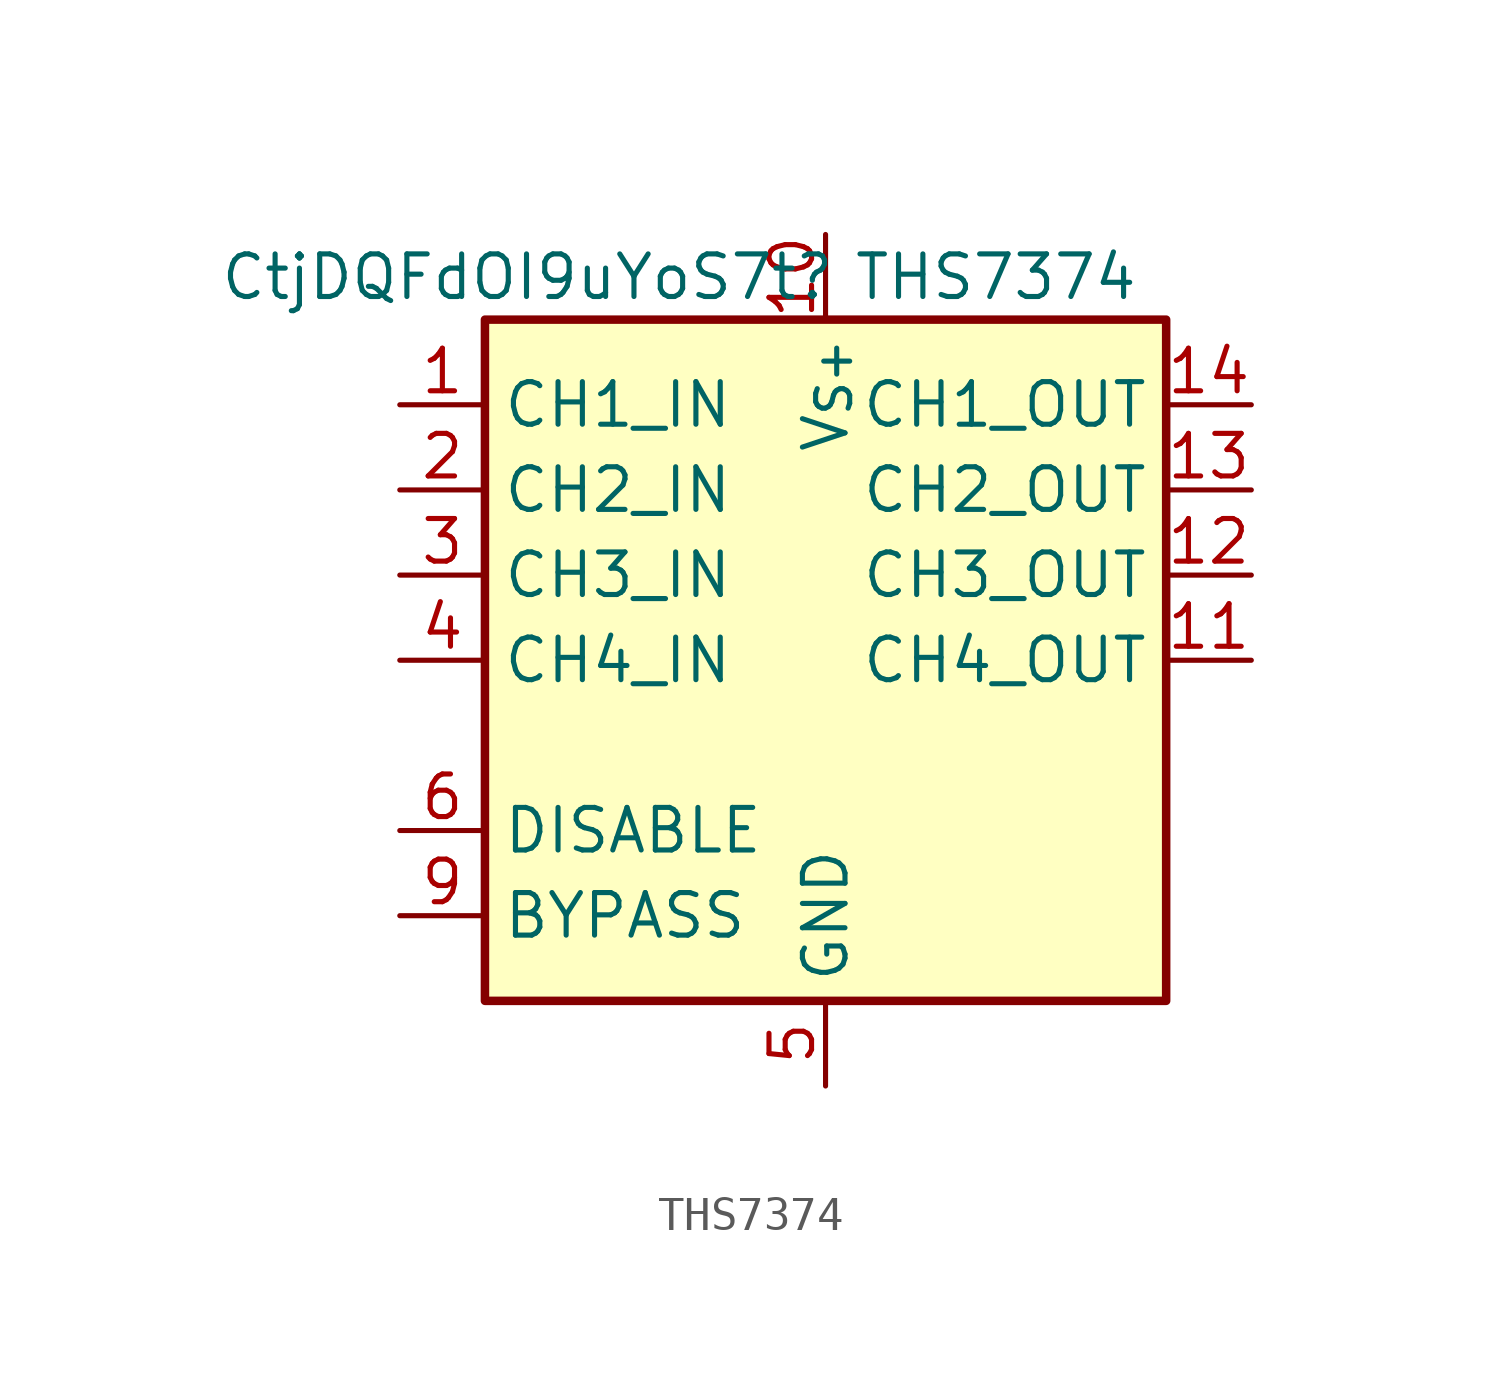
<source format=kicad_sym>
(kicad_symbol_lib
  (version 20220914)
  (generator kicad_symbol_editor)
  (symbol "THS7374"
    (property "Reference" "CtjDQFdOI9uYoS7t"
      (at -8.89 11.43 0)
      (effects (font (size 1.27 1.27))))
    (property "Value" "THS7374"
      (at 5.08 11.43 0)
      (effects (font (size 1.27 1.27))))
    (symbol "THS7374_0_1"
      (rectangle (start -10.16 10.16) (end 10.16 -10.16) (stroke (width 0.254) (type default)) (fill (type background))))
    (symbol "THS7374_1_1"
      (pin input line (at -12.7 7.62 0) (length 2.54) (name "CH1_IN" (effects (font (size 1.27 1.27)))) (number "1" (effects (font (size 1.27 1.27)))))
      (pin power_in line (at 0 12.7 270) (length 2.54) (name "V_{S+}" (effects (font (size 1.27 1.27)))) (number "10" (effects (font (size 1.27 1.27)))))
      (pin output line (at 12.7 0 180) (length 2.54) (name "CH4_OUT" (effects (font (size 1.27 1.27)))) (number "11" (effects (font (size 1.27 1.27)))))
      (pin output line (at 12.7 2.54 180) (length 2.54) (name "CH3_OUT" (effects (font (size 1.27 1.27)))) (number "12" (effects (font (size 1.27 1.27)))))
      (pin output line (at 12.7 5.08 180) (length 2.54) (name "CH2_OUT" (effects (font (size 1.27 1.27)))) (number "13" (effects (font (size 1.27 1.27)))))
      (pin output line (at 12.7 7.62 180) (length 2.54) (name "CH1_OUT" (effects (font (size 1.27 1.27)))) (number "14" (effects (font (size 1.27 1.27)))))
      (pin input line (at -12.7 5.08 0) (length 2.54) (name "CH2_IN" (effects (font (size 1.27 1.27)))) (number "2" (effects (font (size 1.27 1.27)))))
      (pin input line (at -12.7 2.54 0) (length 2.54) (name "CH3_IN" (effects (font (size 1.27 1.27)))) (number "3" (effects (font (size 1.27 1.27)))))
      (pin input line (at -12.7 0 0) (length 2.54) (name "CH4_IN" (effects (font (size 1.27 1.27)))) (number "4" (effects (font (size 1.27 1.27)))))
      (pin power_in line (at 0 -12.7 90) (length 2.54) (name "GND" (effects (font (size 1.27 1.27)))) (number "5" (effects (font (size 1.27 1.27)))))
      (pin input line (at -12.7 -5.08 0) (length 2.54) (name "DISABLE" (effects (font (size 1.27 1.27)))) (number "6" (effects (font (size 1.27 1.27)))))
      (pin no_connect line (at 10.16 -5.08 180) (length 2.54) hide (name "NC" (effects (font (size 1.27 1.27)))) (number "7" (effects (font (size 1.27 1.27)))))
      (pin no_connect line (at 10.16 -7.62 180) (length 2.54) hide (name "NC" (effects (font (size 1.27 1.27)))) (number "8" (effects (font (size 1.27 1.27)))))
      (pin input line (at -12.7 -7.62 0) (length 2.54) (name "BYPASS" (effects (font (size 1.27 1.27)))) (number "9" (effects (font (size 1.27 1.27))))))))
</source>
